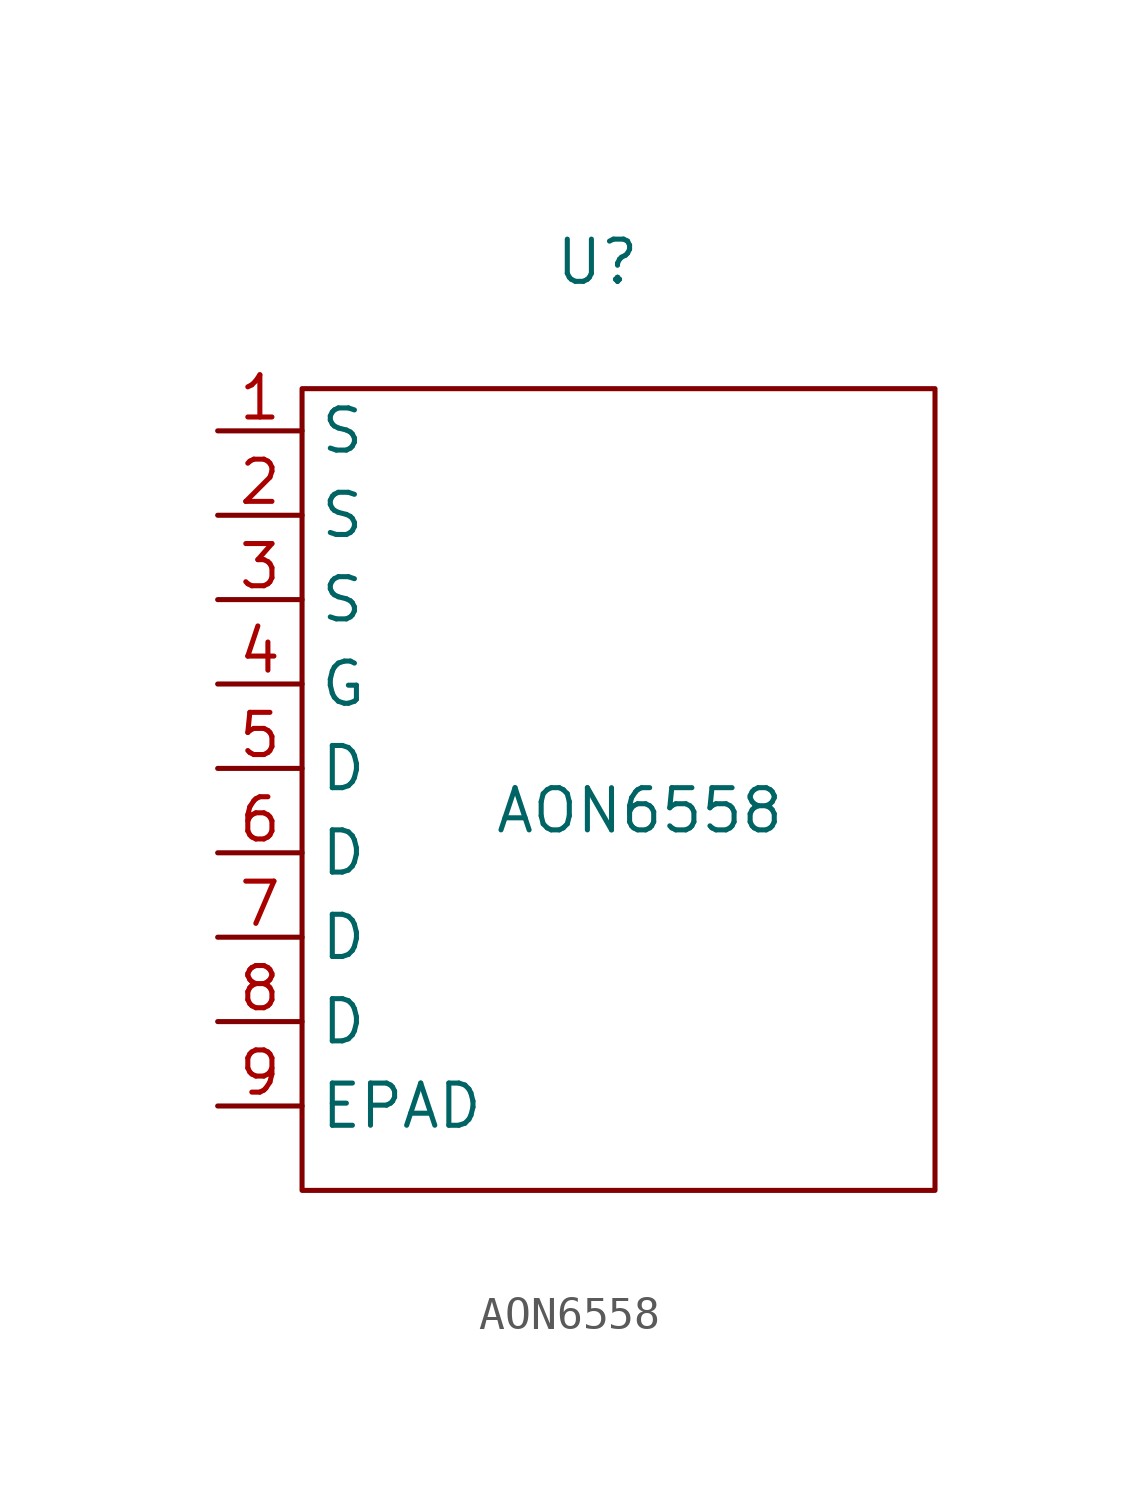
<source format=kicad_sym>
(kicad_symbol_lib
  (version 20211014)
  (generator kicad_symbol_editor)
  (symbol "AON6558"
    (property "Reference" "U"
      (at 11.43 5.08 0)
      (effects (font (size 1.27 1.27))))
    (property "Value" "AON6558"
      (at 12.7 -11.43 0)
      (effects (font (size 1.27 1.27))))
    (symbol "AON6558_0_0"
      (pin unspecified line (at 0 0 0) (length 2.54) (name "S" (effects (font (size 1.27 1.27)))) (number "1" (effects (font (size 1.27 1.27)))))
      (pin unspecified line (at 0 -2.54 0) (length 2.54) (name "S" (effects (font (size 1.27 1.27)))) (number "2" (effects (font (size 1.27 1.27)))))
      (pin unspecified line (at 0 -5.08 0) (length 2.54) (name "S" (effects (font (size 1.27 1.27)))) (number "3" (effects (font (size 1.27 1.27)))))
      (pin unspecified line (at 0 -7.62 0) (length 2.54) (name "G" (effects (font (size 1.27 1.27)))) (number "4" (effects (font (size 1.27 1.27)))))
      (pin unspecified line (at 0 -10.16 0) (length 2.54) (name "D" (effects (font (size 1.27 1.27)))) (number "5" (effects (font (size 1.27 1.27)))))
      (pin unspecified line (at 0 -12.7 0) (length 2.54) (name "D" (effects (font (size 1.27 1.27)))) (number "6" (effects (font (size 1.27 1.27)))))
      (pin unspecified line (at 0 -15.24 0) (length 2.54) (name "D" (effects (font (size 1.27 1.27)))) (number "7" (effects (font (size 1.27 1.27)))))
      (pin unspecified line (at 0 -17.78 0) (length 2.54) (name "D" (effects (font (size 1.27 1.27)))) (number "8" (effects (font (size 1.27 1.27)))))
      (pin unspecified line (at 0 -20.32 0) (length 2.54) (name "EPAD" (effects (font (size 1.27 1.27)))) (number "9" (effects (font (size 1.27 1.27))))))
    (symbol "AON6558_0_1"
      (rectangle (start 21.59 -22.86) (end 2.54 1.27) (stroke (width 0) (type default) (color 0 0 0 0)) (fill (type none))))))
</source>
